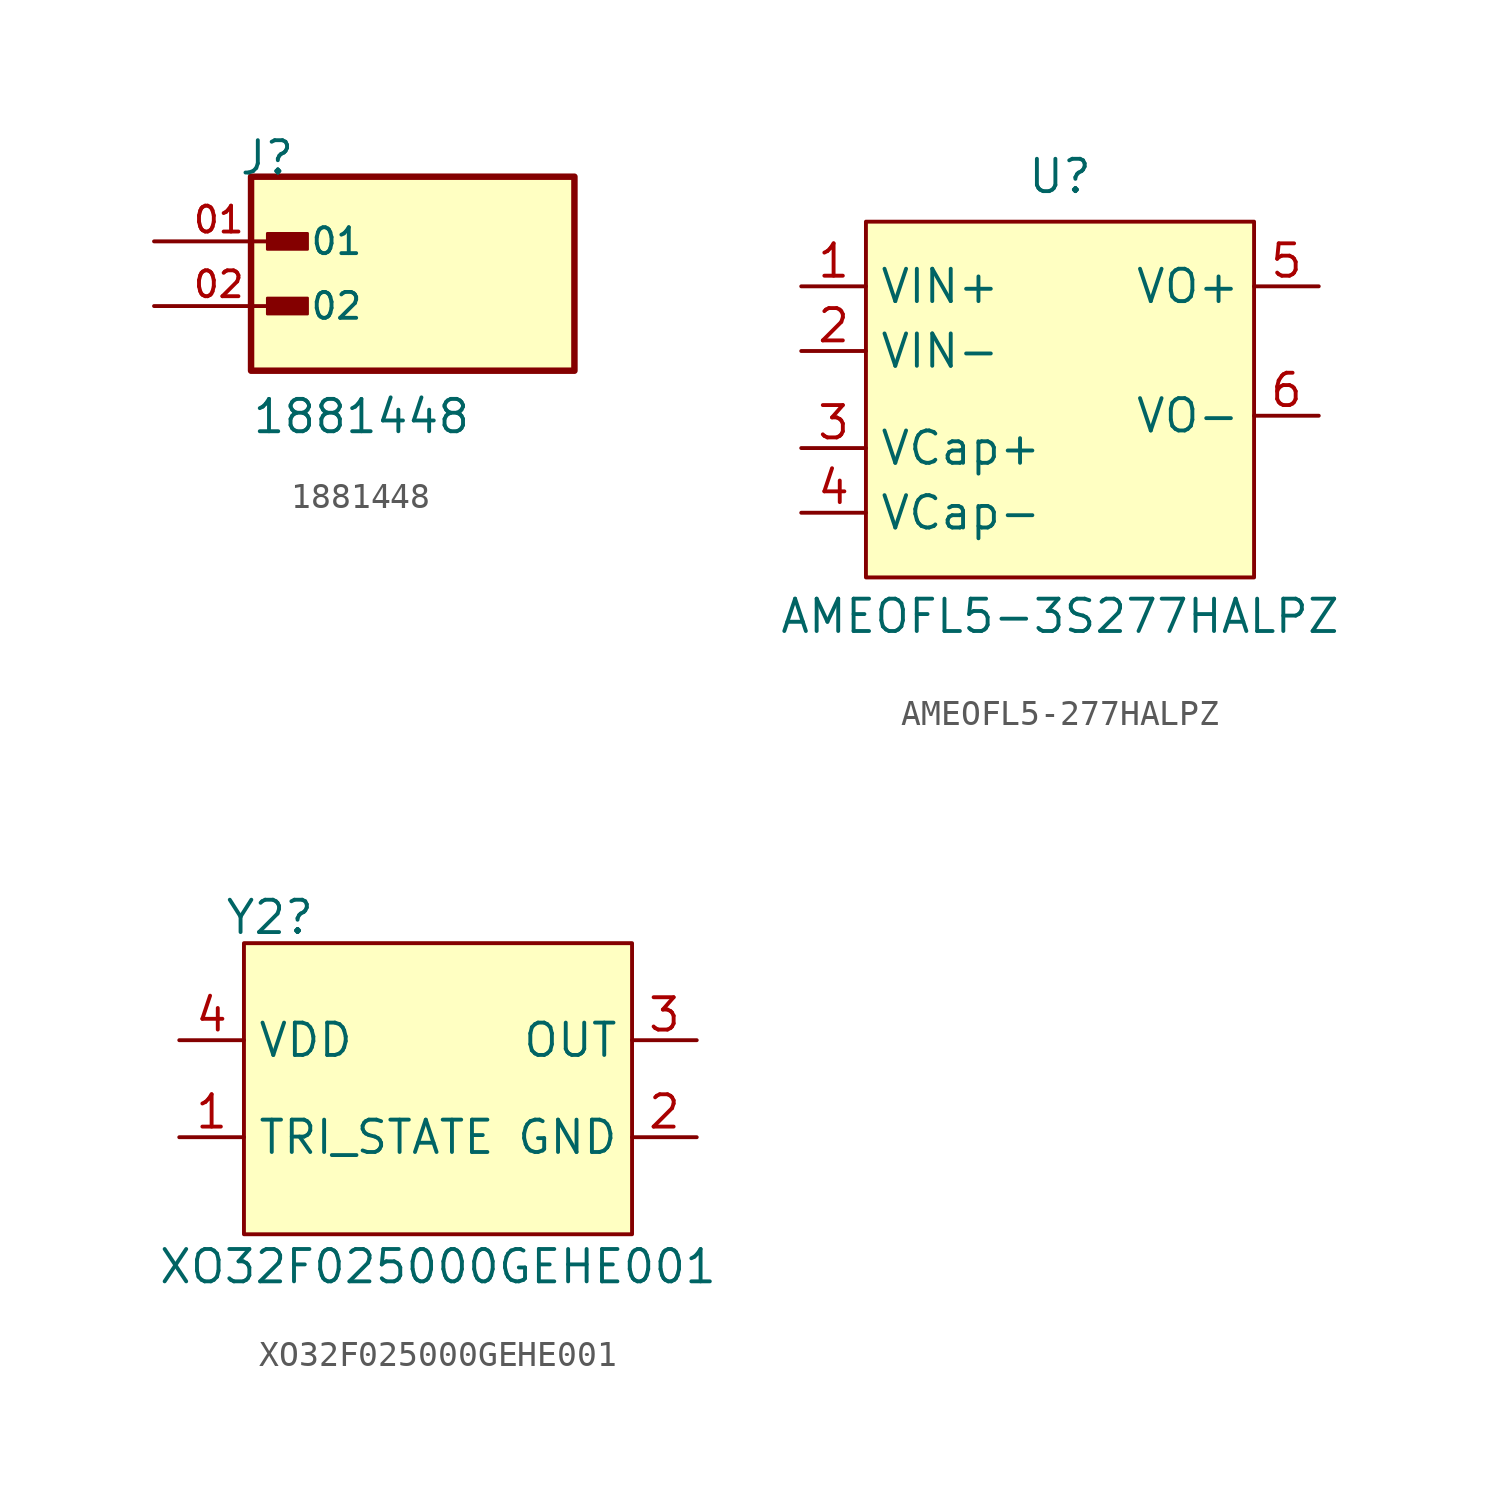
<source format=kicad_sym>
(kicad_symbol_lib
  (version 20241209)
  (generator "kicad_symbol_editor")
  (generator_version "9.0")
  (symbol "1881448"
    (pin_names
      (offset 1.016))
    (property "Reference" "J"
      (at -6.85 5.08 0)
      (effects (font (size 1.27 1.27)) (justify left bottom)))
    (property "Value" "1881448"
      (at -6.35 -5.08 0)
      (effects (font (size 1.27 1.27)) (justify left bottom)))
    (symbol "1881448_0_0"
      (rectangle (start -6.35 -2.54) (end 6.35 5.08) (stroke (width 0.254) (type default)) (fill (type background)))
      (rectangle (start -5.715 2.223) (end -4.128 2.857) (stroke (width 0.1) (type default)) (fill (type outline)))
      (rectangle (start -5.715 -0.318) (end -4.128 0.318) (stroke (width 0.1) (type default)) (fill (type outline)))
      (pin passive line (at -10.16 2.54 0) (length 5.08) (name "01" (effects (font (size 1.016 1.016)))) (number "01" (effects (font (size 1.016 1.016)))))
      (pin passive line (at -10.16 0 0) (length 5.08) (name "02" (effects (font (size 1.016 1.016)))) (number "02" (effects (font (size 1.016 1.016)))))))
  (symbol "AMEOFL5-277HALPZ"
    (property "Reference" "U"
      (at 0 9.398 0)
      (effects (font (size 1.27 1.27))))
    (property "Value" "AMEOFL5-3S277HALPZ"
      (at 0 -7.874 0)
      (effects (font (size 1.27 1.27))))
    (symbol "AMEOFL5-277HALPZ_1_1"
      (rectangle (start -7.62 7.62) (end 7.62 -6.35) (stroke (width 0) (type solid)) (fill (type background)))
      (pin input line (at -10.16 5.08 0) (length 2.54) (name "VIN+" (effects (font (size 1.27 1.27)))) (number "1" (effects (font (size 1.27 1.27)))))
      (pin input line (at -10.16 2.54 0) (length 2.54) (name "VIN-" (effects (font (size 1.27 1.27)))) (number "2" (effects (font (size 1.27 1.27)))))
      (pin output line (at -10.16 -1.27 0) (length 2.54) (name "VCap+" (effects (font (size 1.27 1.27)))) (number "3" (effects (font (size 1.27 1.27)))))
      (pin output line (at -10.16 -3.81 0) (length 2.54) (name "VCap-" (effects (font (size 1.27 1.27)))) (number "4" (effects (font (size 1.27 1.27)))))
      (pin output line (at 10.16 5.08 180) (length 2.54) (name "VO+" (effects (font (size 1.27 1.27)))) (number "5" (effects (font (size 1.27 1.27)))))
      (pin output line (at 10.16 0 180) (length 2.54) (name "VO-" (effects (font (size 1.27 1.27)))) (number "6" (effects (font (size 1.27 1.27)))))))
  (symbol "XO32F025000GEHE001"
    (property "Reference" "Y2"
      (at -6.604 7.366 0)
      (effects (font (size 1.27 1.27))))
    (property "Value" "XO32F025000GEHE001"
      (at 0 -6.35 0)
      (effects (font (size 1.27 1.27))))
    (symbol "XO32F025000GEHE001_1_1"
      (rectangle (start -7.62 6.35) (end 7.62 -5.08) (stroke (width 0) (type default)) (fill (type background)))
      (pin input line (at -10.16 2.54 0) (length 2.54) (name "VDD" (effects (font (size 1.27 1.27)))) (number "4" (effects (font (size 1.27 1.27)))))
      (pin input line (at -10.16 -1.27 0) (length 2.54) (name "TRI_STATE" (effects (font (size 1.27 1.27)))) (number "1" (effects (font (size 1.27 1.27)))))
      (pin output line (at 10.16 2.54 180) (length 2.54) (name "OUT" (effects (font (size 1.27 1.27)))) (number "3" (effects (font (size 1.27 1.27)))))
      (pin power_in line (at 10.16 -1.27 180) (length 2.54) (name "GND" (effects (font (size 1.27 1.27)))) (number "2" (effects (font (size 1.27 1.27))))))))
</source>
